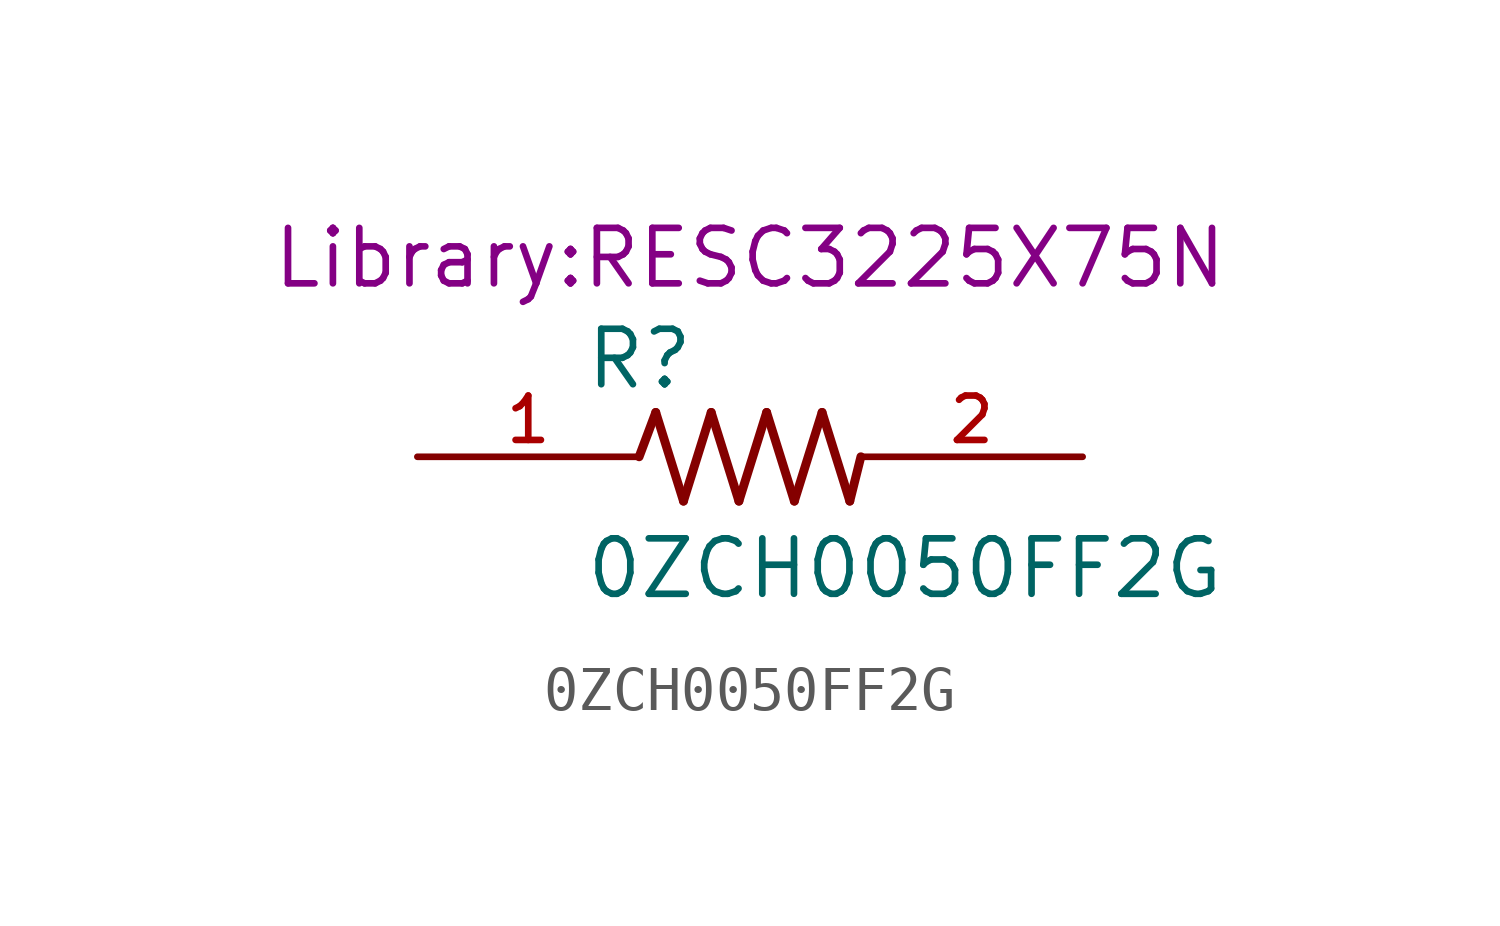
<source format=kicad_sym>
(kicad_symbol_lib
  (version 20220914)
  (generator kicad_symbol_editor)
  (symbol "0ZCH0050FF2G"
    (pin_names
      (offset 1.016))
    (property "Reference" "R"
      (at -3.81 1.499 0)
      (effects (font (size 1.27 1.27)) (justify left bottom)))
    (property "Value" "0ZCH0050FF2G"
      (at -3.81 -3.302 0)
      (effects (font (size 1.27 1.27)) (justify left bottom)))
    (property "Footprint" "Library:RESC3225X75N"
      (at 0 3.81 0)
      (effects (font (size 1.27 1.27)) (justify bottom)))
    (symbol "0ZCH0050FF2G_0_0"
      (polyline (pts (xy -2.54 0) (xy -2.159 1.016)) (stroke (width 0.203) (type default)) (fill (type none)))
      (polyline (pts (xy -2.159 1.016) (xy -1.524 -1.016)) (stroke (width 0.203) (type default)) (fill (type none)))
      (polyline (pts (xy -1.524 -1.016) (xy -0.889 1.016)) (stroke (width 0.203) (type default)) (fill (type none)))
      (polyline (pts (xy -0.889 1.016) (xy -0.254 -1.016)) (stroke (width 0.203) (type default)) (fill (type none)))
      (polyline (pts (xy -0.254 -1.016) (xy 0.381 1.016)) (stroke (width 0.203) (type default)) (fill (type none)))
      (polyline (pts (xy 0.381 1.016) (xy 1.016 -1.016)) (stroke (width 0.203) (type default)) (fill (type none)))
      (polyline (pts (xy 1.016 -1.016) (xy 1.651 1.016)) (stroke (width 0.203) (type default)) (fill (type none)))
      (polyline (pts (xy 1.651 1.016) (xy 2.286 -1.016)) (stroke (width 0.203) (type default)) (fill (type none)))
      (polyline (pts (xy 2.286 -1.016) (xy 2.54 0)) (stroke (width 0.203) (type default)) (fill (type none)))
      (pin passive line (at -7.62 0 0) (length 5.08) (name "~" (effects (font (size 1.016 1.016)))) (number "1" (effects (font (size 1.016 1.016)))))
      (pin passive line (at 7.62 0 180) (length 5.08) (name "~" (effects (font (size 1.016 1.016)))) (number "2" (effects (font (size 1.016 1.016))))))))
</source>
